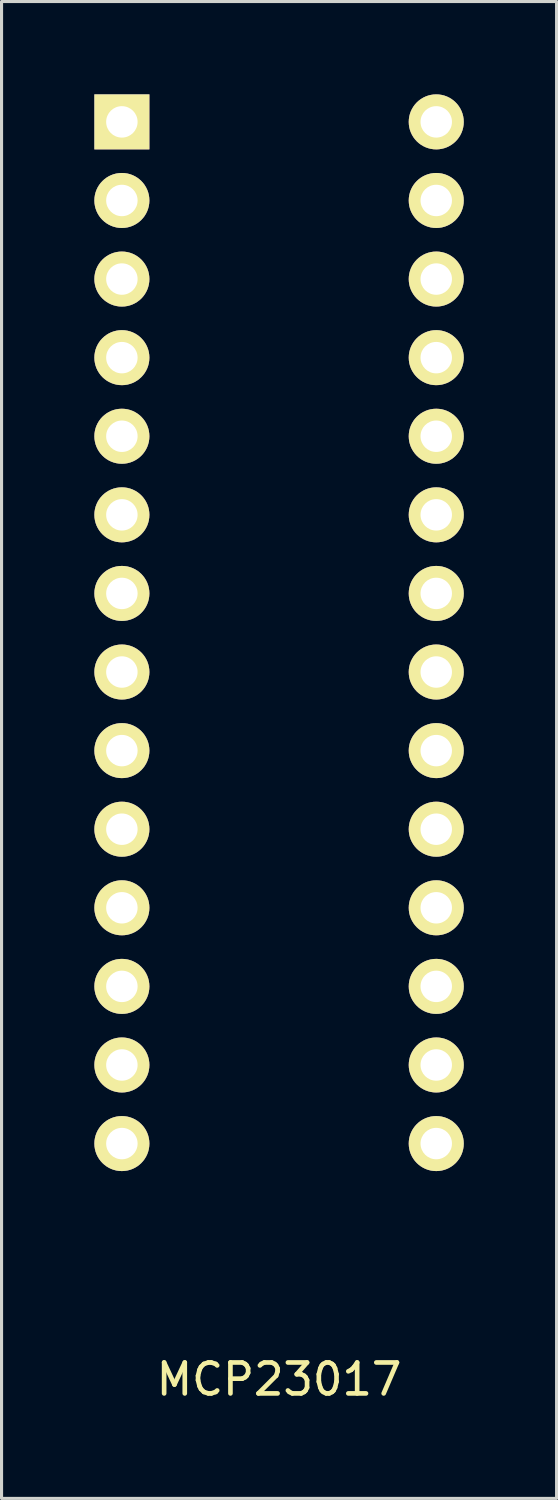
<source format=kicad_pcb>
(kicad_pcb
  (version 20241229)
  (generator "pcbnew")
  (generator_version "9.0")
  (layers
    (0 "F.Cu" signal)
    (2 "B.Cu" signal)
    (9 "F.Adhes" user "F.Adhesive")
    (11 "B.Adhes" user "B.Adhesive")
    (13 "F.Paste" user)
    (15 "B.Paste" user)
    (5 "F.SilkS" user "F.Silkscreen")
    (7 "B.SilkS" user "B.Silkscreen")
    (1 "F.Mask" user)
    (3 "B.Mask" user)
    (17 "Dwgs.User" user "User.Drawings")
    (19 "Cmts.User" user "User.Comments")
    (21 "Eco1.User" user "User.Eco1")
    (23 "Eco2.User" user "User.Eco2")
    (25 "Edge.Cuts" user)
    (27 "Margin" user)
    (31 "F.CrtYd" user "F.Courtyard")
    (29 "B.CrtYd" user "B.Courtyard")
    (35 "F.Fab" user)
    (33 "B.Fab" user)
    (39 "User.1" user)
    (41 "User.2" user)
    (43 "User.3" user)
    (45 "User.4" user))
  (footprint "MCP23017"
    (layer "F.Cu")
    (at 3.429 3.429)
    (property "Reference" "MCP23017" (at 2.54 38.1 0) (layer "F.SilkS") (effects (font (size 1 1) (thickness 0.15))))
    (attr through_hole)
    (pad "1" thru_hole rect (at -2.54 -2.54) (size 1.778 1.778) (drill 1.016) (layers "*.Cu" "*.Mask" "F.SilkS"))
    (pad "2" thru_hole circle (at -2.54 0) (size 1.778 1.778) (drill 1.016) (layers "*.Cu" "*.Mask" "F.SilkS"))
    (pad "3" thru_hole circle (at -2.54 2.54) (size 1.778 1.778) (drill 1.016) (layers "*.Cu" "*.Mask" "F.SilkS"))
    (pad "4" thru_hole circle (at -2.54 5.08) (size 1.778 1.778) (drill 1.016) (layers "*.Cu" "*.Mask" "F.SilkS"))
    (pad "5" thru_hole circle (at -2.54 7.62) (size 1.778 1.778) (drill 1.016) (layers "*.Cu" "*.Mask" "F.SilkS"))
    (pad "6" thru_hole circle (at -2.54 10.16) (size 1.778 1.778) (drill 1.016) (layers "*.Cu" "*.Mask" "F.SilkS"))
    (pad "7" thru_hole circle (at -2.54 12.7) (size 1.778 1.778) (drill 1.016) (layers "*.Cu" "*.Mask" "F.SilkS"))
    (pad "8" thru_hole circle (at -2.54 15.24) (size 1.778 1.778) (drill 1.016) (layers "*.Cu" "*.Mask" "F.SilkS"))
    (pad "9" thru_hole circle (at -2.54 17.78) (size 1.778 1.778) (drill 1.016) (layers "*.Cu" "*.Mask" "F.SilkS"))
    (pad "10" thru_hole circle (at -2.54 20.32) (size 1.778 1.778) (drill 1.016) (layers "*.Cu" "*.Mask" "F.SilkS"))
    (pad "11" thru_hole circle (at -2.54 22.86) (size 1.778 1.778) (drill 1.016) (layers "*.Cu" "*.Mask" "F.SilkS"))
    (pad "12" thru_hole circle (at -2.54 25.4) (size 1.778 1.778) (drill 1.016) (layers "*.Cu" "*.Mask" "F.SilkS"))
    (pad "13" thru_hole circle (at -2.54 27.94) (size 1.778 1.778) (drill 1.016) (layers "*.Cu" "*.Mask" "F.SilkS"))
    (pad "14" thru_hole circle (at -2.54 30.48) (size 1.778 1.778) (drill 1.016) (layers "*.Cu" "*.Mask" "F.SilkS"))
    (pad "15" thru_hole circle (at 7.62 30.48) (size 1.778 1.778) (drill 1.016) (layers "*.Cu" "*.Mask" "F.SilkS"))
    (pad "16" thru_hole circle (at 7.62 27.94) (size 1.778 1.778) (drill 1.016) (layers "*.Cu" "*.Mask" "F.SilkS"))
    (pad "17" thru_hole circle (at 7.62 25.4) (size 1.778 1.778) (drill 1.016) (layers "*.Cu" "*.Mask" "F.SilkS"))
    (pad "18" thru_hole circle (at 7.62 22.86) (size 1.778 1.778) (drill 1.016) (layers "*.Cu" "*.Mask" "F.SilkS"))
    (pad "19" thru_hole circle (at 7.62 20.32) (size 1.778 1.778) (drill 1.016) (layers "*.Cu" "*.Mask" "F.SilkS"))
    (pad "20" thru_hole circle (at 7.62 17.78) (size 1.778 1.778) (drill 1.016) (layers "*.Cu" "*.Mask" "F.SilkS"))
    (pad "21" thru_hole circle (at 7.62 15.24) (size 1.778 1.778) (drill 1.016) (layers "*.Cu" "*.Mask" "F.SilkS"))
    (pad "22" thru_hole circle (at 7.62 12.7) (size 1.778 1.778) (drill 1.016) (layers "*.Cu" "*.Mask" "F.SilkS"))
    (pad "23" thru_hole circle (at 7.62 10.16) (size 1.778 1.778) (drill 1.016) (layers "*.Cu" "*.Mask" "F.SilkS"))
    (pad "24" thru_hole circle (at 7.62 7.62) (size 1.778 1.778) (drill 1.016) (layers "*.Cu" "*.Mask" "F.SilkS"))
    (pad "25" thru_hole circle (at 7.62 5.08) (size 1.778 1.778) (drill 1.016) (layers "*.Cu" "*.Mask" "F.SilkS"))
    (pad "26" thru_hole circle (at 7.62 2.54) (size 1.778 1.778) (drill 1.016) (layers "*.Cu" "*.Mask" "F.SilkS"))
    (pad "27" thru_hole circle (at 7.62 0) (size 1.778 1.778) (drill 1.016) (layers "*.Cu" "*.Mask" "F.SilkS"))
    (pad "28" thru_hole circle (at 7.62 -2.54) (size 1.778 1.778) (drill 1.016) (layers "*.Cu" "*.Mask" "F.SilkS")))
  (gr_rect
    (start -3 -3)
    (end 14.938 45.377)
    (stroke (width 0.1) (type default))
    (fill no)
    (layer "Edge.Cuts")))
</source>
